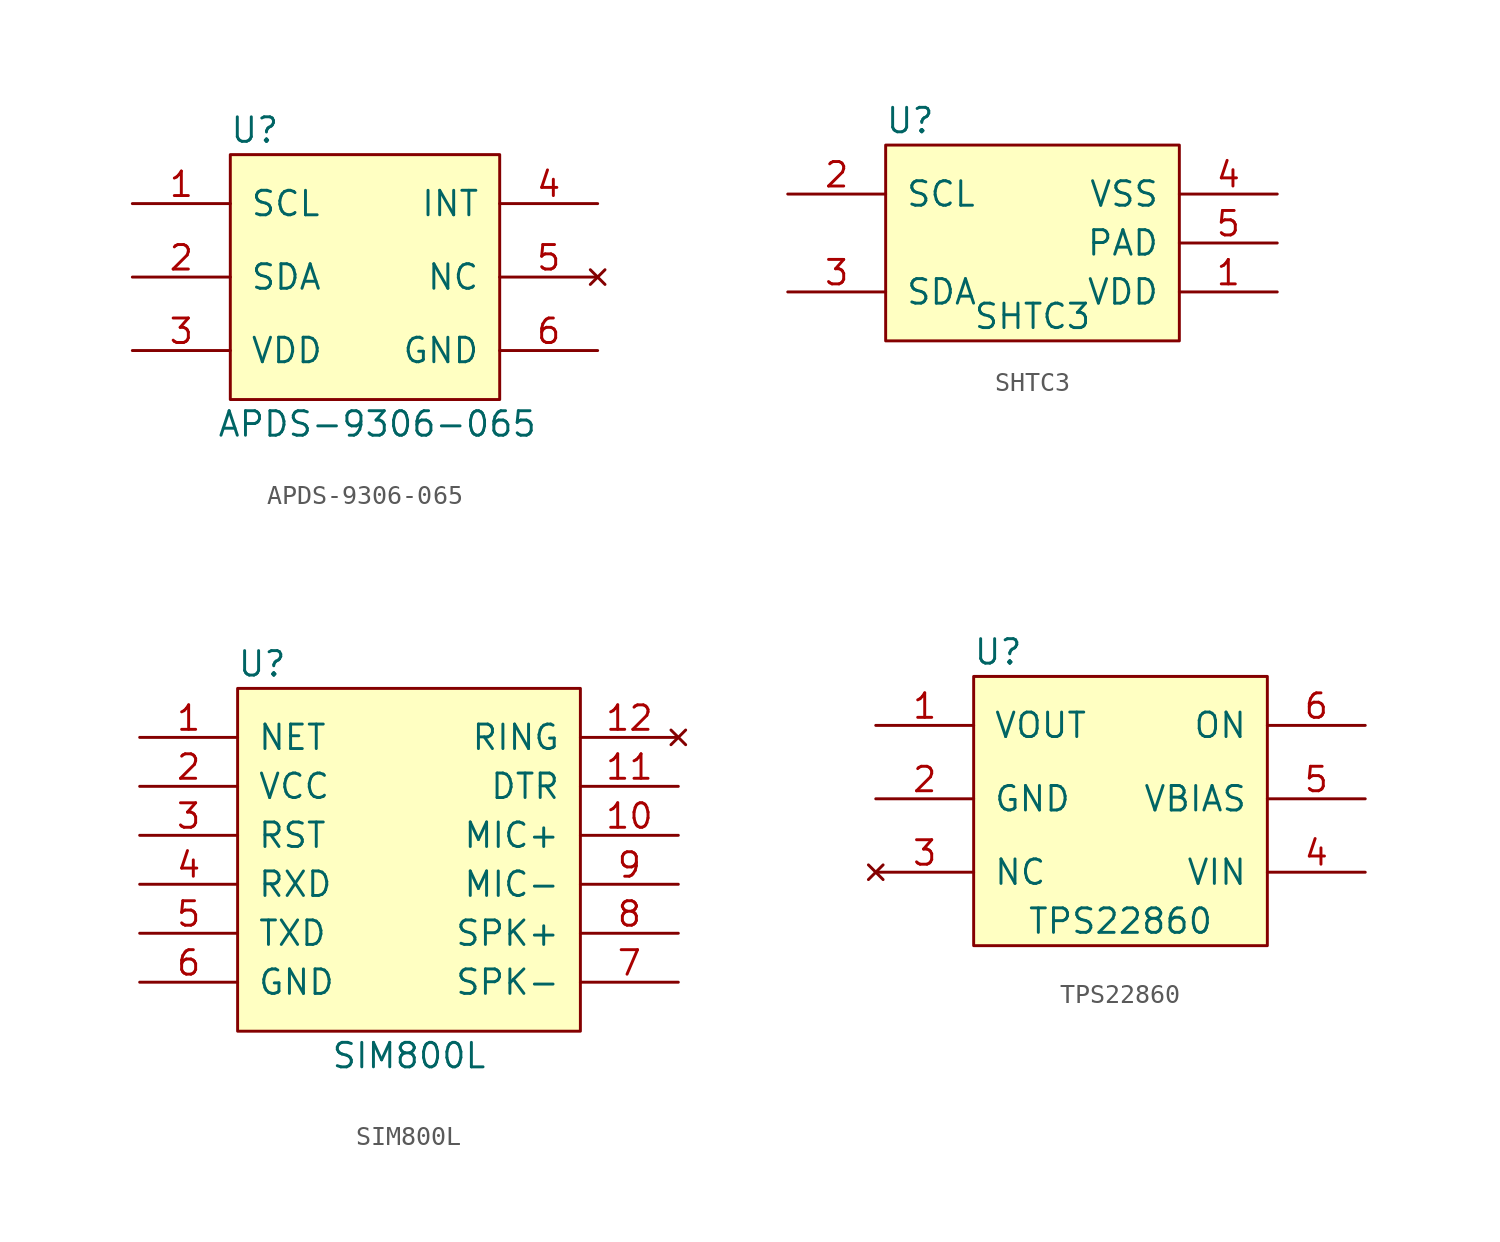
<source format=kicad_sym>
(kicad_symbol_lib
  (version 20211014)
  (generator kicad_symbol_editor)
  (symbol "APDS-9306-065"
    (pin_names
      (offset 1.016))
    (property "Reference" "U"
      (at -6.35 7.62 0)
      (effects (font (size 1.27 1.27))))
    (property "Value" "APDS-9306-065"
      (at 0 -7.62 0)
      (effects (font (size 1.27 1.27))))
    (symbol "APDS-9306-065_0_1"
      (rectangle (start -7.62 6.35) (end 6.35 -6.35) (stroke (width 0) (type default) (color 0 0 0 0)) (fill (type background))))
    (symbol "APDS-9306-065_1_1"
      (pin input line (at -12.7 3.81 0) (length 5.08) (name "SCL" (effects (font (size 1.27 1.27)))) (number "1" (effects (font (size 1.27 1.27)))))
      (pin bidirectional line (at -12.7 0 0) (length 5.08) (name "SDA" (effects (font (size 1.27 1.27)))) (number "2" (effects (font (size 1.27 1.27)))))
      (pin power_in line (at -12.7 -3.81 0) (length 5.08) (name "VDD" (effects (font (size 1.27 1.27)))) (number "3" (effects (font (size 1.27 1.27)))))
      (pin output line (at 11.43 3.81 180) (length 5.08) (name "INT" (effects (font (size 1.27 1.27)))) (number "4" (effects (font (size 1.27 1.27)))))
      (pin no_connect line (at 11.43 0 180) (length 5.08) (name "NC" (effects (font (size 1.27 1.27)))) (number "5" (effects (font (size 1.27 1.27)))))
      (pin power_in line (at 11.43 -3.81 180) (length 5.08) (name "GND" (effects (font (size 1.27 1.27)))) (number "6" (effects (font (size 1.27 1.27)))))))
  (symbol "SHTC3"
    (pin_names
      (offset 1.016))
    (property "Reference" "U"
      (at -6.35 6.35 0)
      (effects (font (size 1.27 1.27))))
    (property "Value" "SHTC3"
      (at 0 -3.81 0)
      (effects (font (size 1.27 1.27))))
    (symbol "SHTC3_0_1"
      (rectangle (start -7.62 5.08) (end 7.62 -5.08) (stroke (width 0) (type default) (color 0 0 0 0)) (fill (type background))))
    (symbol "SHTC3_1_1"
      (pin power_in line (at 12.7 -2.54 180) (length 5.08) (name "VDD" (effects (font (size 1.27 1.27)))) (number "1" (effects (font (size 1.27 1.27)))))
      (pin bidirectional line (at -12.7 2.54 0) (length 5.08) (name "SCL" (effects (font (size 1.27 1.27)))) (number "2" (effects (font (size 1.27 1.27)))))
      (pin bidirectional line (at -12.7 -2.54 0) (length 5.08) (name "SDA" (effects (font (size 1.27 1.27)))) (number "3" (effects (font (size 1.27 1.27)))))
      (pin power_in line (at 12.7 2.54 180) (length 5.08) (name "VSS" (effects (font (size 1.27 1.27)))) (number "4" (effects (font (size 1.27 1.27)))))
      (pin passive line (at 12.7 0 180) (length 5.08) (name "PAD" (effects (font (size 1.27 1.27)))) (number "5" (effects (font (size 1.27 1.27)))))))
  (symbol "SIM800L"
    (pin_names
      (offset 1.016))
    (property "Reference" "U"
      (at -7.62 10.16 0)
      (effects (font (size 1.27 1.27))))
    (property "Value" "SIM800L"
      (at 0 -10.16 0)
      (effects (font (size 1.27 1.27))))
    (symbol "SIM800L_0_1"
      (rectangle (start -8.89 8.89) (end 8.89 -8.89) (stroke (width 0) (type default) (color 0 0 0 0)) (fill (type background))))
    (symbol "SIM800L_1_1"
      (pin bidirectional line (at -13.97 6.35 0) (length 5.08) (name "NET" (effects (font (size 1.27 1.27)))) (number "1" (effects (font (size 1.27 1.27)))))
      (pin passive line (at 13.97 1.27 180) (length 5.08) (name "MIC+" (effects (font (size 1.27 1.27)))) (number "10" (effects (font (size 1.27 1.27)))))
      (pin input line (at 13.97 3.81 180) (length 5.08) (name "DTR" (effects (font (size 1.27 1.27)))) (number "11" (effects (font (size 1.27 1.27)))))
      (pin no_connect line (at 13.97 6.35 180) (length 5.08) (name "RING" (effects (font (size 1.27 1.27)))) (number "12" (effects (font (size 1.27 1.27)))))
      (pin power_in line (at -13.97 3.81 0) (length 5.08) (name "VCC" (effects (font (size 1.27 1.27)))) (number "2" (effects (font (size 1.27 1.27)))))
      (pin input line (at -13.97 1.27 0) (length 5.08) (name "RST" (effects (font (size 1.27 1.27)))) (number "3" (effects (font (size 1.27 1.27)))))
      (pin input line (at -13.97 -1.27 0) (length 5.08) (name "RXD" (effects (font (size 1.27 1.27)))) (number "4" (effects (font (size 1.27 1.27)))))
      (pin output line (at -13.97 -3.81 0) (length 5.08) (name "TXD" (effects (font (size 1.27 1.27)))) (number "5" (effects (font (size 1.27 1.27)))))
      (pin power_in line (at -13.97 -6.35 0) (length 5.08) (name "GND" (effects (font (size 1.27 1.27)))) (number "6" (effects (font (size 1.27 1.27)))))
      (pin passive line (at 13.97 -6.35 180) (length 5.08) (name "SPK-" (effects (font (size 1.27 1.27)))) (number "7" (effects (font (size 1.27 1.27)))))
      (pin passive line (at 13.97 -3.81 180) (length 5.08) (name "SPK+" (effects (font (size 1.27 1.27)))) (number "8" (effects (font (size 1.27 1.27)))))
      (pin passive line (at 13.97 -1.27 180) (length 5.08) (name "MIC-" (effects (font (size 1.27 1.27)))) (number "9" (effects (font (size 1.27 1.27)))))))
  (symbol "TPS22860"
    (pin_names
      (offset 1.016))
    (property "Reference" "U"
      (at -6.35 7.62 0)
      (effects (font (size 1.27 1.27))))
    (property "Value" "TPS22860"
      (at 0 -6.35 0)
      (effects (font (size 1.27 1.27))))
    (symbol "TPS22860_0_1"
      (rectangle (start -7.62 6.35) (end 7.62 -7.62) (stroke (width 0) (type default) (color 0 0 0 0)) (fill (type background))))
    (symbol "TPS22860_1_1"
      (pin power_out line (at -12.7 3.81 0) (length 5.08) (name "VOUT" (effects (font (size 1.27 1.27)))) (number "1" (effects (font (size 1.27 1.27)))))
      (pin power_in line (at -12.7 0 0) (length 5.08) (name "GND" (effects (font (size 1.27 1.27)))) (number "2" (effects (font (size 1.27 1.27)))))
      (pin no_connect line (at -12.7 -3.81 0) (length 5.08) (name "NC" (effects (font (size 1.27 1.27)))) (number "3" (effects (font (size 1.27 1.27)))))
      (pin power_in line (at 12.7 -3.81 180) (length 5.08) (name "VIN" (effects (font (size 1.27 1.27)))) (number "4" (effects (font (size 1.27 1.27)))))
      (pin power_in line (at 12.7 0 180) (length 5.08) (name "VBIAS" (effects (font (size 1.27 1.27)))) (number "5" (effects (font (size 1.27 1.27)))))
      (pin input line (at 12.7 3.81 180) (length 5.08) (name "ON" (effects (font (size 1.27 1.27)))) (number "6" (effects (font (size 1.27 1.27))))))))
</source>
